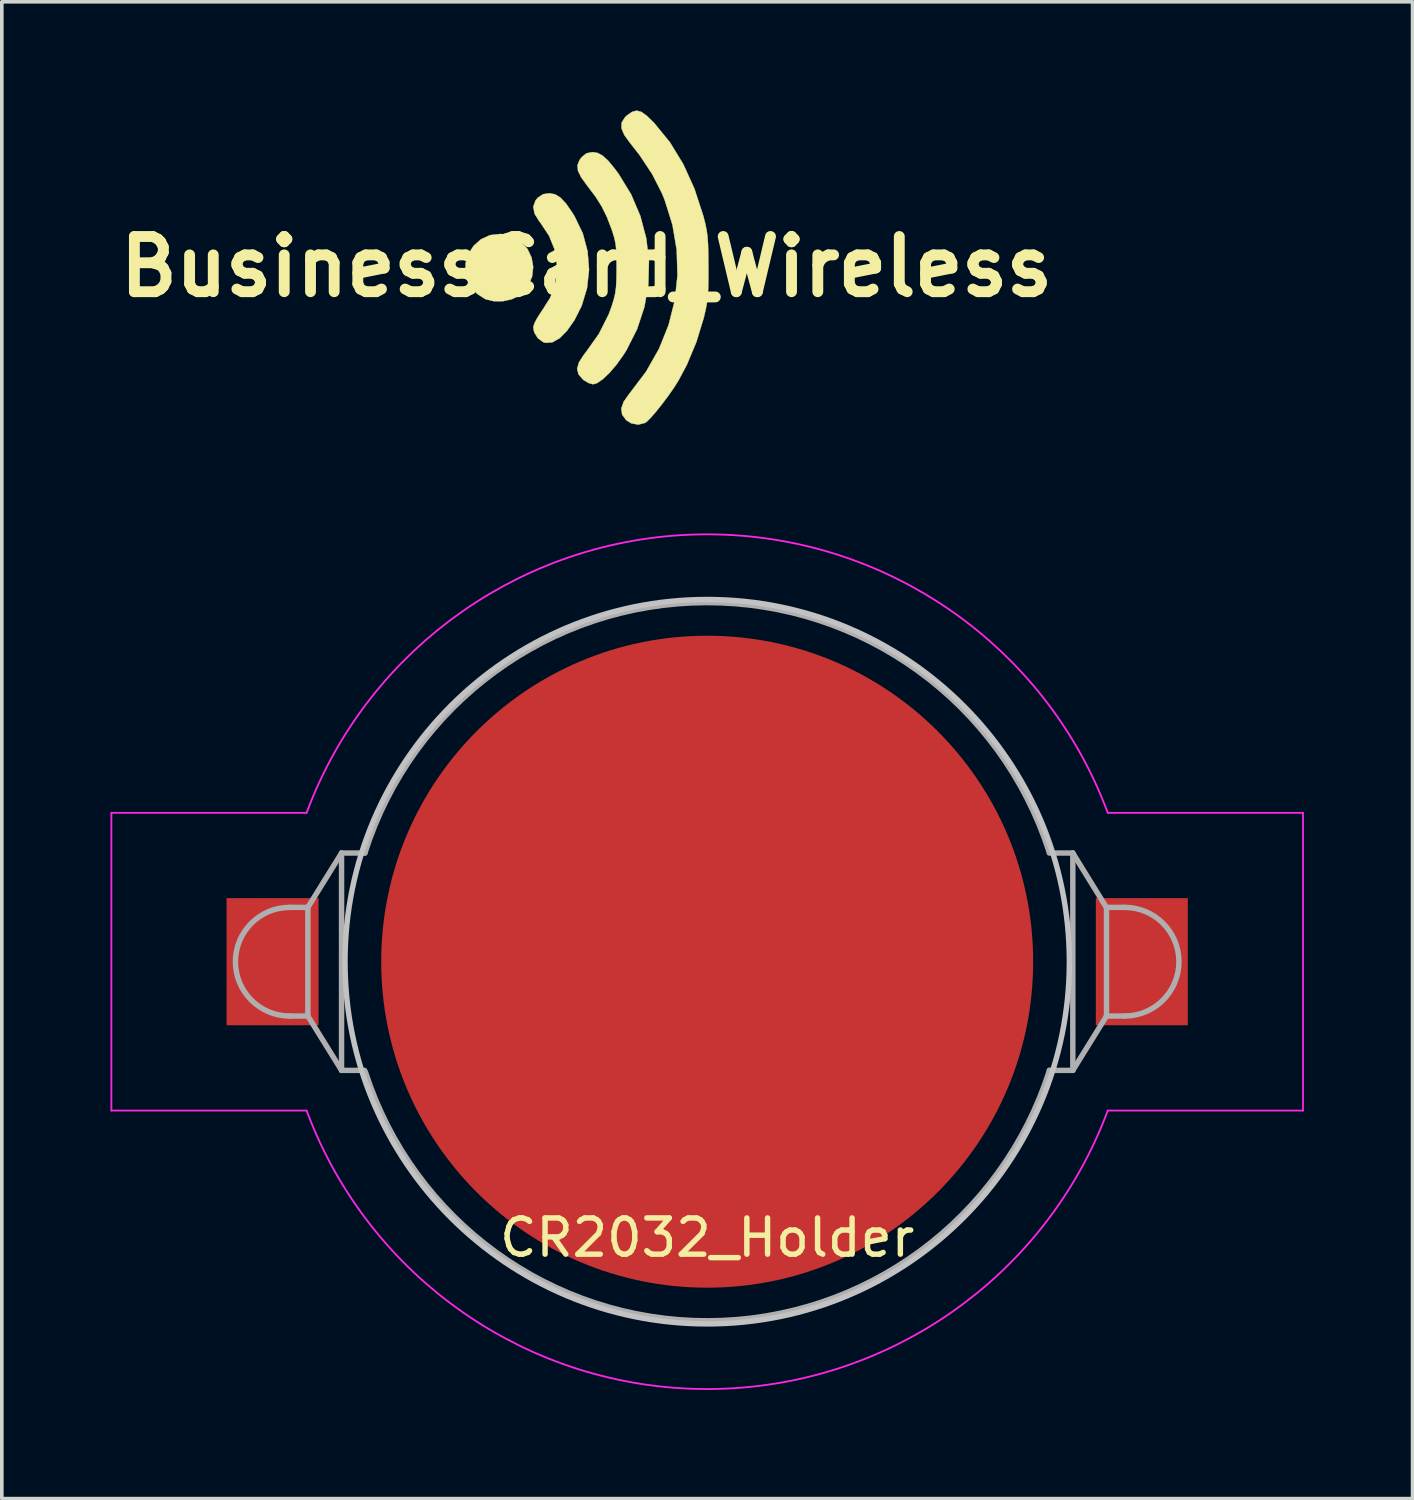
<source format=kicad_pcb>
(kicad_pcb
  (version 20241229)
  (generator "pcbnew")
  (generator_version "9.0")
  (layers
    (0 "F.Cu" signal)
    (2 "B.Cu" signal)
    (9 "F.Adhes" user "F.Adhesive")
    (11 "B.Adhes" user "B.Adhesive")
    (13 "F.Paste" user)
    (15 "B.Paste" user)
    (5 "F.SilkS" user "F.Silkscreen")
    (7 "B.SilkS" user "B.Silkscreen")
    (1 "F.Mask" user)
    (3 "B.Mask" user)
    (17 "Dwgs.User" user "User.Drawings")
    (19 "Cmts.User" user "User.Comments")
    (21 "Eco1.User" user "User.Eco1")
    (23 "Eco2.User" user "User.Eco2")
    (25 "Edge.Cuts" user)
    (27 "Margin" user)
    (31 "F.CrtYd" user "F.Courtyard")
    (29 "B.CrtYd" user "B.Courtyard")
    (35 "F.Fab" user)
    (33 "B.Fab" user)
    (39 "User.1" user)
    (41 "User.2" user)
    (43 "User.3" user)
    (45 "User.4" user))
  (footprint "CR2032_Holder"
    (layer "F.Cu")
    (at 16.475 23.502)
    (property "Reference" "CR2032_Holder" (at 0 7.62 0) (layer "F.SilkS") (effects (font (size 1 1) (thickness 0.15))))
    (attr smd)
    (fp_circle (center 0 0) (end 0 -10) (stroke (width 0.15) (type solid)) (fill no) (layer "Dwgs.User"))
    (fp_line (start -16.45 -4.11) (end -16.45 4.11) (stroke (width 0.05) (type solid)) (layer "F.CrtYd"))
    (fp_line (start -16.45 -4.11) (end -11.06 -4.11) (stroke (width 0.05) (type solid)) (layer "F.CrtYd"))
    (fp_line (start -16.45 4.11) (end -11.06 4.11) (stroke (width 0.05) (type solid)) (layer "F.CrtYd"))
    (fp_line (start 11.06 4.11) (end 16.45 4.11) (stroke (width 0.05) (type solid)) (layer "F.CrtYd"))
    (fp_line (start 16.45 -4.11) (end 11.06 -4.11) (stroke (width 0.05) (type solid)) (layer "F.CrtYd"))
    (fp_line (start 16.45 4.11) (end 16.45 -4.11) (stroke (width 0.05) (type solid)) (layer "F.CrtYd"))
    (fp_arc (start -11.06 -4.11) (mid -0.002978 -11.79897) (end 11.057924 -4.115582) (stroke (width 0.05) (type solid)) (layer "F.CrtYd"))
    (fp_arc (start 11.06 4.11) (mid 0.002978 11.79897) (end -11.057924 4.115582) (stroke (width 0.05) (type solid)) (layer "F.CrtYd"))
    (fp_line (start -11.025 -1.5) (end -11.525 -1.5) (stroke (width 0.15) (type solid)) (layer "F.Fab"))
    (fp_line (start -11.025 1.5) (end -11.525 1.5) (stroke (width 0.15) (type solid)) (layer "F.Fab"))
    (fp_line (start -11.025 1.5) (end -11.025 -1.5) (stroke (width 0.15) (type solid)) (layer "F.Fab"))
    (fp_line (start -10.095 -3) (end -11.025 -1.5) (stroke (width 0.15) (type solid)) (layer "F.Fab"))
    (fp_line (start -10.095 -3) (end -9.45 -3) (stroke (width 0.15) (type solid)) (layer "F.Fab"))
    (fp_line (start -10.095 3) (end -11.025 1.5) (stroke (width 0.15) (type solid)) (layer "F.Fab"))
    (fp_line (start -10.095 3) (end -10.095 -3) (stroke (width 0.15) (type solid)) (layer "F.Fab"))
    (fp_line (start -10.095 3) (end -9.46 3) (stroke (width 0.15) (type solid)) (layer "F.Fab"))
    (fp_line (start 9.446 -3) (end 10.095 -3) (stroke (width 0.15) (type solid)) (layer "F.Fab"))
    (fp_line (start 9.447 3) (end 10.095 3) (stroke (width 0.15) (type solid)) (layer "F.Fab"))
    (fp_line (start 10.095 -3) (end 11.02 -1.5) (stroke (width 0.15) (type solid)) (layer "F.Fab"))
    (fp_line (start 10.095 3) (end 10.095 -3) (stroke (width 0.15) (type solid)) (layer "F.Fab"))
    (fp_line (start 10.095 3) (end 11.025 1.5) (stroke (width 0.15) (type solid)) (layer "F.Fab"))
    (fp_line (start 11.025 -1.5) (end 11.525 -1.5) (stroke (width 0.15) (type solid)) (layer "F.Fab"))
    (fp_line (start 11.025 1.5) (end 11.025 -1.5) (stroke (width 0.15) (type solid)) (layer "F.Fab"))
    (fp_line (start 11.025 1.5) (end 11.525 1.5) (stroke (width 0.15) (type solid)) (layer "F.Fab"))
    (fp_arc (start -11.525 1.5) (mid -13.025 0) (end -11.525 -1.5) (stroke (width 0.15) (type solid)) (layer "F.Fab"))
    (fp_arc (start -9.45 -3) (mid -0.02378 -9.914733) (end 9.435501 -3.045296) (stroke (width 0.15) (type solid)) (layer "F.Fab"))
    (fp_arc (start 9.45 3) (mid 0.02378 9.914733) (end -9.435501 3.045296) (stroke (width 0.15) (type solid)) (layer "F.Fab"))
    (fp_arc (start 11.525 -1.5) (mid 13.025 0) (end 11.525 1.5) (stroke (width 0.15) (type solid)) (layer "F.Fab"))
    (pad "1" smd rect (at -12 0) (size 2.54 3.51) (layers "F.Cu" "F.Mask" "F.Paste"))
    (pad "1" smd rect (at 12 0) (size 2.54 3.51) (layers "F.Cu" "F.Mask" "F.Paste"))
    (pad "2" smd circle (at 0 0) (size 18 18) (layers "F.Cu" "F.Mask" "F.Paste")))
  (footprint "BusinessCard_Wireless"
    (layer "F.Cu")
    (at 13.143 4.314)
    (property "Reference" "BusinessCard_Wireless" (at 0 0 0) (layer "F.SilkS") (effects (font (size 1.524 1.524) (thickness 0.3))))
    (attr through_hole)
    (fp_poly (pts (xy -2.33 -0.901) (xy -2.04 -0.829) (xy -1.805 -0.686) (xy -1.628 -0.488) (xy -1.516 -0.251) (xy -1.472 0.007) (xy -1.502 0.271) (xy -1.609 0.523) (xy -1.799 0.747) (xy -1.856 0.794) (xy -2.057 0.896) (xy -2.304 0.951) (xy -2.557 0.953) (xy -2.776 0.9) (xy -2.814 0.882) (xy -3.02 0.747) (xy -3.164 0.591) (xy -3.25 0.446) (xy -3.339 0.172) (xy -3.338 -0.101) (xy -3.259 -0.358) (xy -3.113 -0.582) (xy -2.91 -0.759) (xy -2.662 -0.872) (xy -2.379 -0.904) (xy -2.33 -0.901)) (stroke (width 0.01) (type solid)) (fill yes) (layer "F.SilkS"))
    (fp_poly (pts (xy -0.872 -2) (xy -0.724 -1.911) (xy -0.57 -1.749) (xy -0.399 -1.504) (xy -0.331 -1.394) (xy -0.103 -0.921) (xy 0.03 -0.424) (xy 0.07 0.083) (xy 0.015 0.589) (xy -0.133 1.079) (xy -0.33 1.47) (xy -0.538 1.768) (xy -0.743 1.974) (xy -0.941 2.086) (xy -1.129 2.101) (xy -1.199 2.08) (xy -1.344 1.972) (xy -1.444 1.809) (xy -1.47 1.673) (xy -1.44 1.567) (xy -1.356 1.407) (xy -1.233 1.219) (xy -1.216 1.195) (xy -1.006 0.863) (xy -0.877 0.544) (xy -0.821 0.207) (xy -0.822 -0.097) (xy -0.885 -0.487) (xy -1.031 -0.85) (xy -1.267 -1.207) (xy -1.3 -1.247) (xy -1.434 -1.462) (xy -1.469 -1.658) (xy -1.405 -1.834) (xy -1.346 -1.904) (xy -1.196 -2.003) (xy -1.026 -2.028) (xy -0.872 -2)) (stroke (width 0.01) (type solid)) (fill yes) (layer "F.SilkS"))
    (fp_poly (pts (xy 0.308 -3.141) (xy 0.446 -3.066) (xy 0.597 -2.928) (xy 0.772 -2.716) (xy 0.888 -2.56) (xy 1.232 -1.997) (xy 1.487 -1.399) (xy 1.651 -0.779) (xy 1.724 -0.147) (xy 1.707 0.488) (xy 1.598 1.114) (xy 1.397 1.722) (xy 1.105 2.301) (xy 1.018 2.438) (xy 0.826 2.706) (xy 0.631 2.934) (xy 0.447 3.107) (xy 0.288 3.215) (xy 0.182 3.245) (xy 0.064 3.213) (xy -0.072 3.134) (xy -0.098 3.113) (xy -0.22 2.972) (xy -0.258 2.818) (xy -0.208 2.641) (xy -0.071 2.428) (xy -0.028 2.375) (xy 0.34 1.857) (xy 0.613 1.315) (xy 0.696 1.09) (xy 0.754 0.902) (xy 0.793 0.735) (xy 0.816 0.559) (xy 0.827 0.344) (xy 0.831 0.061) (xy 0.831 0.025) (xy 0.83 -0.261) (xy 0.821 -0.475) (xy 0.801 -0.646) (xy 0.767 -0.802) (xy 0.714 -0.974) (xy 0.692 -1.039) (xy 0.564 -1.372) (xy 0.424 -1.657) (xy 0.251 -1.933) (xy 0.022 -2.236) (xy 0.018 -2.241) (xy -0.147 -2.468) (xy -0.235 -2.649) (xy -0.249 -2.803) (xy -0.193 -2.944) (xy -0.133 -3.024) (xy -0.002 -3.131) (xy 0.161 -3.164) (xy 0.17 -3.164) (xy 0.308 -3.141)) (stroke (width 0.01) (type solid)) (fill yes) (layer "F.SilkS"))
    (fp_poly (pts (xy 1.514 -4.274) (xy 1.666 -4.166) (xy 1.856 -3.98) (xy 1.876 -3.959) (xy 2.303 -3.435) (xy 2.672 -2.831) (xy 2.98 -2.153) (xy 3.223 -1.408) (xy 3.231 -1.38) (xy 3.28 -1.185) (xy 3.316 -1.011) (xy 3.34 -0.834) (xy 3.355 -0.632) (xy 3.362 -0.379) (xy 3.365 -0.052) (xy 3.366 0) (xy 3.365 0.338) (xy 3.36 0.599) (xy 3.348 0.808) (xy 3.327 0.99) (xy 3.294 1.168) (xy 3.247 1.369) (xy 3.235 1.42) (xy 3.033 2.079) (xy 2.772 2.705) (xy 2.535 3.149) (xy 2.407 3.35) (xy 2.253 3.57) (xy 2.087 3.792) (xy 1.924 3.996) (xy 1.779 4.164) (xy 1.666 4.277) (xy 1.621 4.31) (xy 1.43 4.359) (xy 1.232 4.322) (xy 1.097 4.236) (xy 0.984 4.084) (xy 0.96 3.916) (xy 1.027 3.725) (xy 1.186 3.502) (xy 1.196 3.49) (xy 1.645 2.896) (xy 2.002 2.267) (xy 2.266 1.61) (xy 2.437 0.931) (xy 2.512 0.239) (xy 2.491 -0.46) (xy 2.373 -1.159) (xy 2.156 -1.85) (xy 2.083 -2.028) (xy 1.814 -2.557) (xy 1.461 -3.089) (xy 1.207 -3.412) (xy 1.043 -3.638) (xy 0.965 -3.824) (xy 0.972 -3.982) (xy 1.061 -4.123) (xy 1.119 -4.178) (xy 1.258 -4.275) (xy 1.384 -4.309) (xy 1.514 -4.274)) (stroke (width 0.01) (type solid)) (fill yes) (layer "F.SilkS")))
  (gr_rect
    (start -3 -3)
    (end 35.95 38.326)
    (stroke (width 0.1) (type default))
    (fill no)
    (layer "Edge.Cuts")))
</source>
